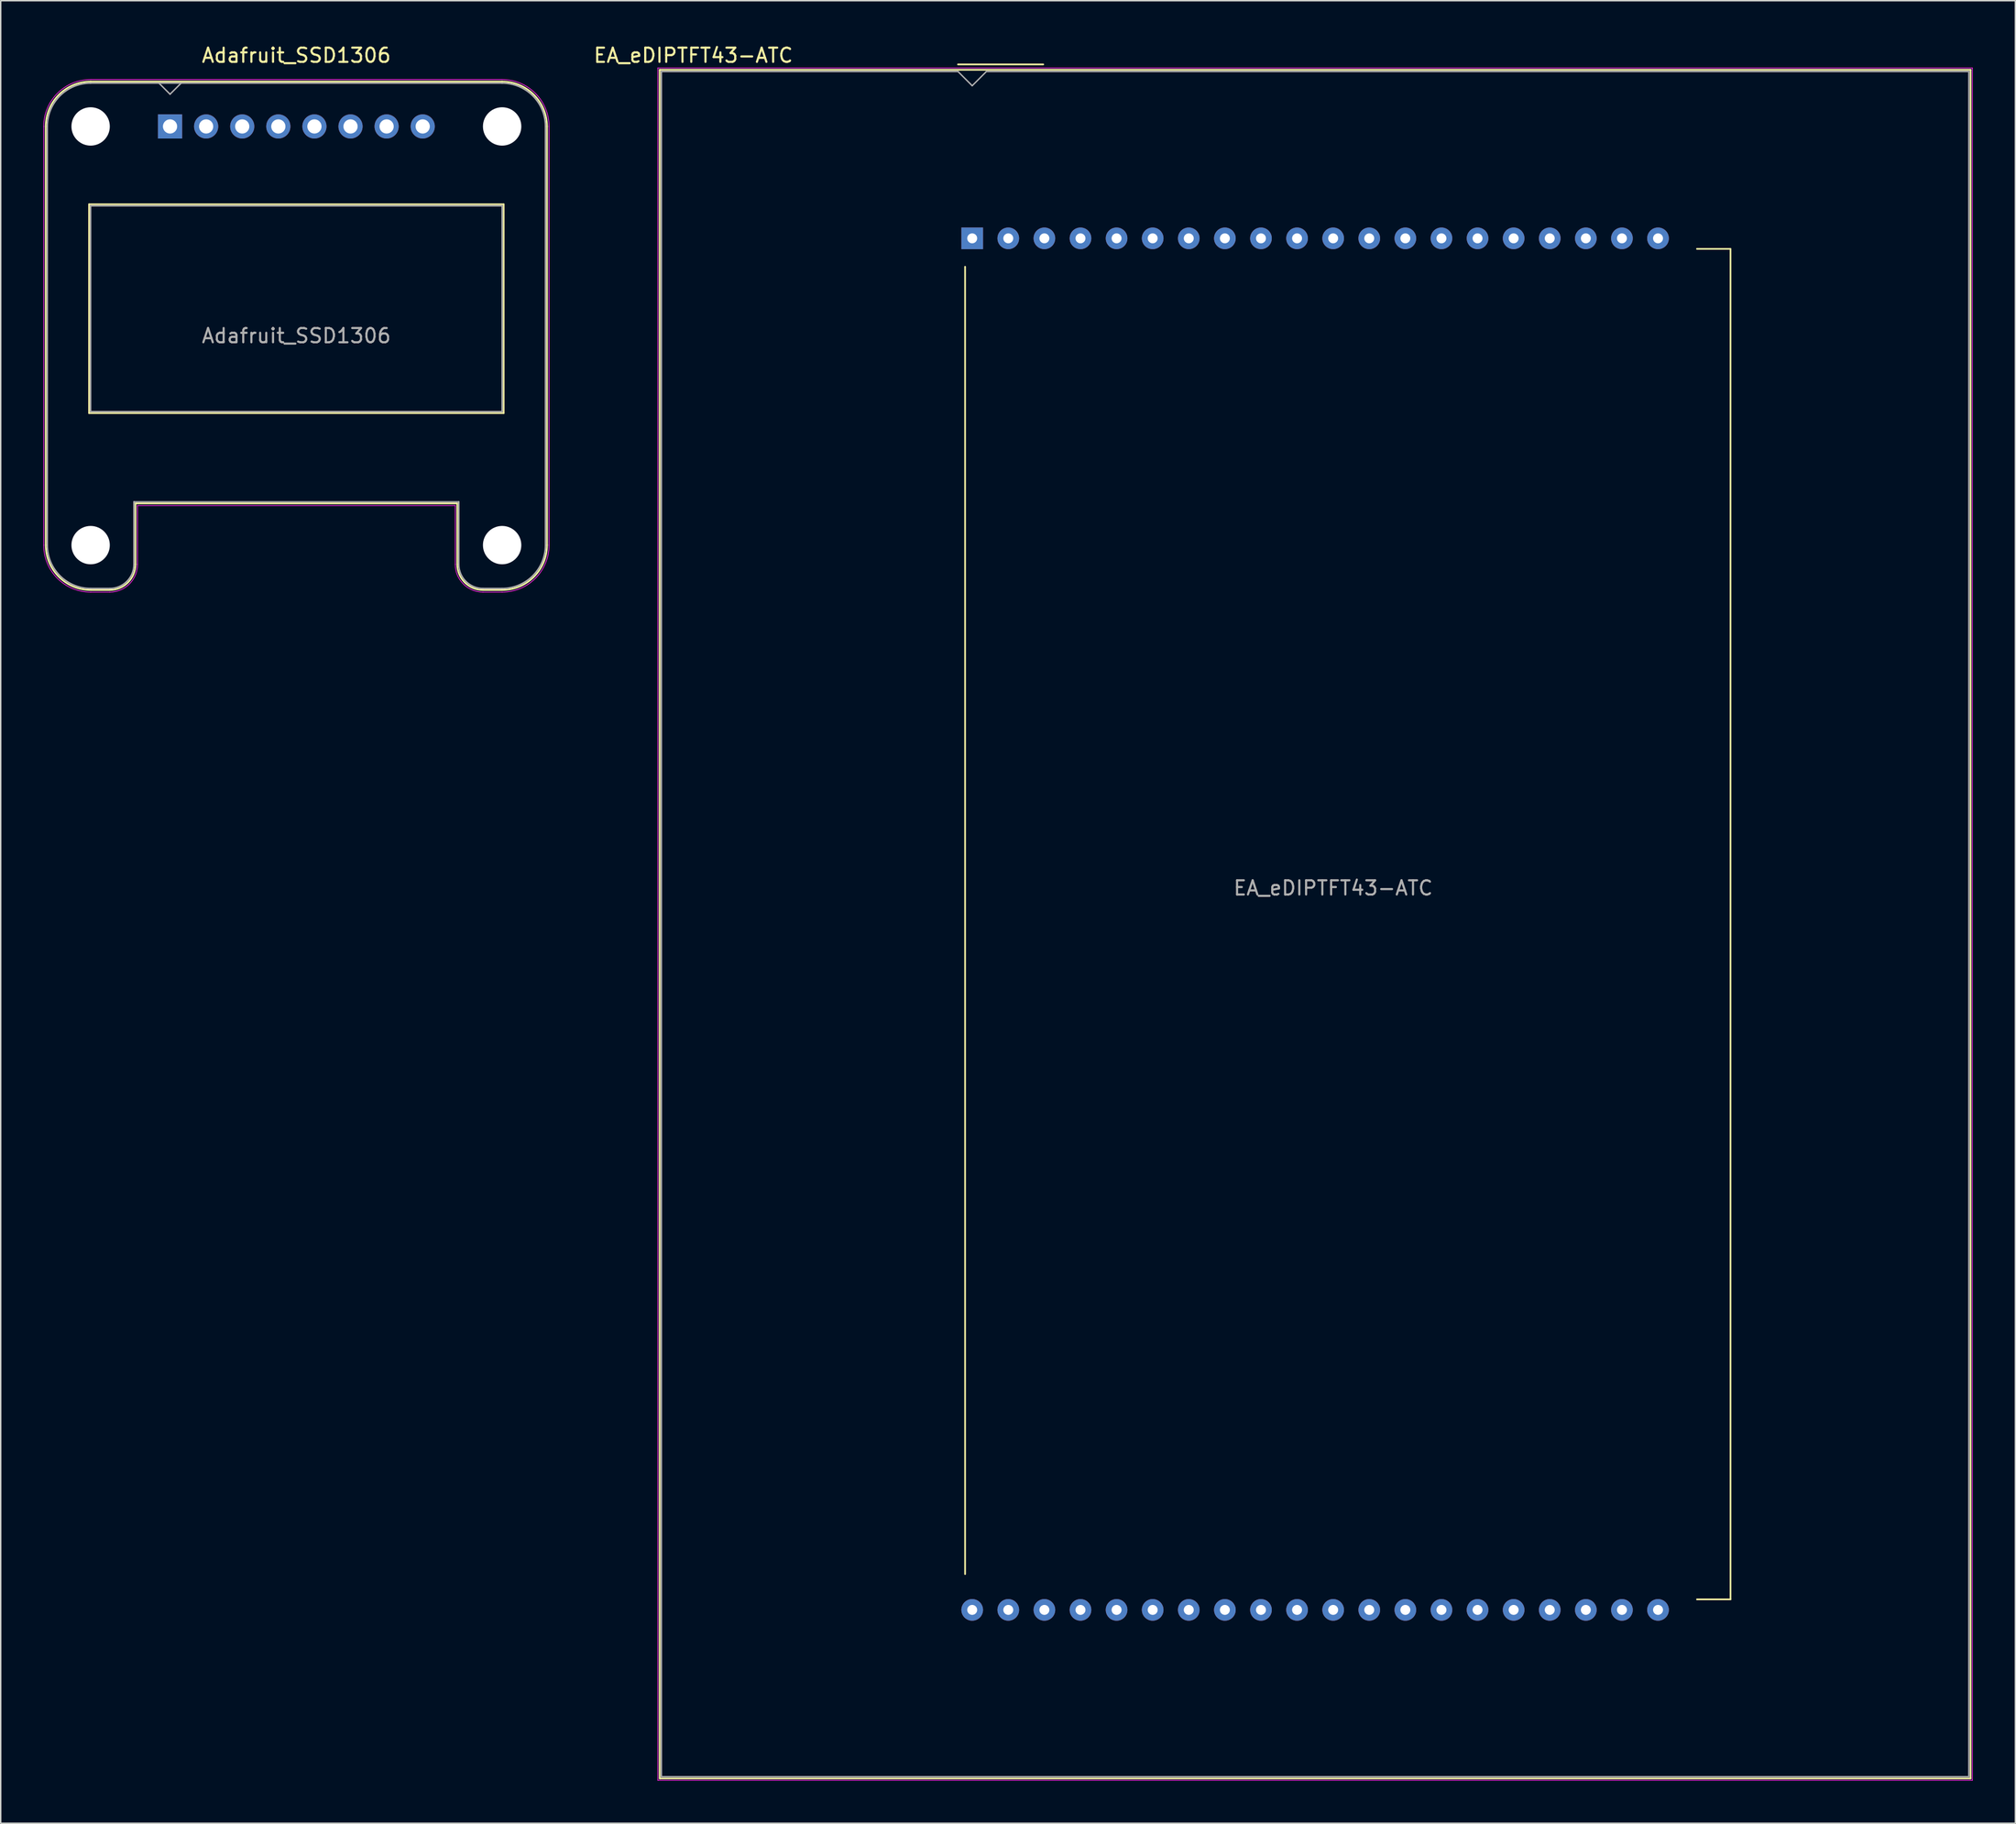
<source format=kicad_pcb>
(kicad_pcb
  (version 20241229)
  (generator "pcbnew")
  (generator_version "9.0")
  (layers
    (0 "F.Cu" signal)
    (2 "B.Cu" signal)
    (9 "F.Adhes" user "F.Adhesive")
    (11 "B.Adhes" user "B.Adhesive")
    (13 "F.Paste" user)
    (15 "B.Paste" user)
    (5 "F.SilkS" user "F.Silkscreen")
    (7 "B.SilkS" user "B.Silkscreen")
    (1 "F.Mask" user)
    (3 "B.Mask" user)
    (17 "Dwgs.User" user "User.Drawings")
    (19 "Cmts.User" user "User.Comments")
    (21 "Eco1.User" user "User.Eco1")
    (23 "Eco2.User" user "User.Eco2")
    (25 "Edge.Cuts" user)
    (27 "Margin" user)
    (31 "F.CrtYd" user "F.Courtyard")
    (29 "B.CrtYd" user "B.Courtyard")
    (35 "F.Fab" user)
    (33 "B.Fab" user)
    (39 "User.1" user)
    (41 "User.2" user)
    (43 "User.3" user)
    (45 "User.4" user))
  (footprint "EA_eDIPTFT43-ATC"
    (layer "F.Cu")
    (at 65.36 13.723)
    (property "Reference" "EA_eDIPTFT43-ATC" (at -19.625 -12.875 0) (layer "F.SilkS") (effects (font (size 1 1) (thickness 0.15))))
    (attr through_hole)
    (fp_line (start -21.99 -11.86) (end 70.25 -11.86) (stroke (width 0.12) (type solid)) (layer "F.SilkS"))
    (fp_line (start -21.99 108.38) (end -21.99 -11.86) (stroke (width 0.12) (type solid)) (layer "F.SilkS"))
    (fp_line (start -1 -12.24) (end 5 -12.24) (stroke (width 0.12) (type solid)) (layer "F.SilkS"))
    (fp_line (start -0.5 94) (end -0.5 2) (stroke (width 0.12) (type solid)) (layer "F.SilkS"))
    (fp_line (start 53.35 0.74) (end 51 0.74) (stroke (width 0.12) (type solid)) (layer "F.SilkS"))
    (fp_line (start 53.36 0.74) (end 53.36 95.78) (stroke (width 0.12) (type solid)) (layer "F.SilkS"))
    (fp_line (start 53.36 95.78) (end 51 95.78) (stroke (width 0.12) (type solid)) (layer "F.SilkS"))
    (fp_line (start 70.25 -11.86) (end 70.25 108.38) (stroke (width 0.12) (type solid)) (layer "F.SilkS"))
    (fp_line (start 70.25 108.38) (end -21.99 108.38) (stroke (width 0.12) (type solid)) (layer "F.SilkS"))
    (fp_line (start -22.12 -11.99) (end 70.38 -11.99) (stroke (width 0.05) (type solid)) (layer "F.CrtYd"))
    (fp_line (start -22.12 108.51) (end -22.12 -11.99) (stroke (width 0.05) (type solid)) (layer "F.CrtYd"))
    (fp_line (start 70.38 -11.99) (end 70.38 108.51) (stroke (width 0.05) (type solid)) (layer "F.CrtYd"))
    (fp_line (start 70.38 108.51) (end -22.12 108.51) (stroke (width 0.05) (type solid)) (layer "F.CrtYd"))
    (fp_line (start -21.87 -11.74) (end -1 -11.74) (stroke (width 0.1) (type solid)) (layer "F.Fab"))
    (fp_line (start -21.87 108.26) (end -21.87 -11.74) (stroke (width 0.1) (type solid)) (layer "F.Fab"))
    (fp_line (start -1 -11.74) (end 0 -10.74) (stroke (width 0.1) (type solid)) (layer "F.Fab"))
    (fp_line (start 0 -10.74) (end 1 -11.74) (stroke (width 0.1) (type solid)) (layer "F.Fab"))
    (fp_line (start 1 -11.74) (end 70.13 -11.74) (stroke (width 0.1) (type solid)) (layer "F.Fab"))
    (fp_line (start 70.13 -11.74) (end 70.13 108.26) (stroke (width 0.1) (type solid)) (layer "F.Fab"))
    (fp_line (start 70.13 108.26) (end -21.87 108.26) (stroke (width 0.1) (type solid)) (layer "F.Fab"))
    (fp_text user "${REFERENCE}" (at 25.4 45.72 0) (layer "F.Fab") (effects (font (size 1 1) (thickness 0.15))))
    (pad "1" thru_hole rect (at 0 0) (size 1.524 1.524) (drill 0.7) (layers "*.Cu" "*.Mask"))
    (pad "2" thru_hole circle (at 2.54 0) (size 1.524 1.524) (drill 0.7) (layers "*.Cu" "*.Mask"))
    (pad "3" thru_hole circle (at 5.08 0) (size 1.524 1.524) (drill 0.7) (layers "*.Cu" "*.Mask"))
    (pad "4" thru_hole circle (at 7.62 0) (size 1.524 1.524) (drill 0.7) (layers "*.Cu" "*.Mask"))
    (pad "5" thru_hole circle (at 10.16 0) (size 1.524 1.524) (drill 0.7) (layers "*.Cu" "*.Mask"))
    (pad "6" thru_hole circle (at 12.7 0) (size 1.524 1.524) (drill 0.7) (layers "*.Cu" "*.Mask"))
    (pad "7" thru_hole circle (at 15.24 0) (size 1.524 1.524) (drill 0.7) (layers "*.Cu" "*.Mask"))
    (pad "8" thru_hole circle (at 17.78 0) (size 1.524 1.524) (drill 0.7) (layers "*.Cu" "*.Mask"))
    (pad "9" thru_hole circle (at 20.32 0) (size 1.524 1.524) (drill 0.7) (layers "*.Cu" "*.Mask"))
    (pad "10" thru_hole circle (at 22.86 0) (size 1.524 1.524) (drill 0.7) (layers "*.Cu" "*.Mask"))
    (pad "11" thru_hole circle (at 25.4 0) (size 1.524 1.524) (drill 0.7) (layers "*.Cu" "*.Mask"))
    (pad "12" thru_hole circle (at 27.94 0) (size 1.524 1.524) (drill 0.7) (layers "*.Cu" "*.Mask"))
    (pad "13" thru_hole circle (at 30.48 0) (size 1.524 1.524) (drill 0.7) (layers "*.Cu" "*.Mask"))
    (pad "14" thru_hole circle (at 33.02 0) (size 1.524 1.524) (drill 0.7) (layers "*.Cu" "*.Mask"))
    (pad "15" thru_hole circle (at 35.56 0) (size 1.524 1.524) (drill 0.7) (layers "*.Cu" "*.Mask"))
    (pad "16" thru_hole circle (at 38.1 0) (size 1.524 1.524) (drill 0.7) (layers "*.Cu" "*.Mask"))
    (pad "17" thru_hole circle (at 40.64 0) (size 1.524 1.524) (drill 0.7) (layers "*.Cu" "*.Mask"))
    (pad "18" thru_hole circle (at 43.18 0) (size 1.524 1.524) (drill 0.7) (layers "*.Cu" "*.Mask"))
    (pad "19" thru_hole circle (at 45.72 0) (size 1.524 1.524) (drill 0.7) (layers "*.Cu" "*.Mask"))
    (pad "20" thru_hole circle (at 48.26 0) (size 1.524 1.524) (drill 0.7) (layers "*.Cu" "*.Mask"))
    (pad "21" thru_hole circle (at 48.26 96.52) (size 1.524 1.524) (drill 0.7) (layers "*.Cu" "*.Mask"))
    (pad "22" thru_hole circle (at 45.72 96.52) (size 1.524 1.524) (drill 0.7) (layers "*.Cu" "*.Mask"))
    (pad "23" thru_hole circle (at 43.18 96.52) (size 1.524 1.524) (drill 0.7) (layers "*.Cu" "*.Mask"))
    (pad "24" thru_hole circle (at 40.64 96.52) (size 1.524 1.524) (drill 0.7) (layers "*.Cu" "*.Mask"))
    (pad "25" thru_hole circle (at 38.1 96.52) (size 1.524 1.524) (drill 0.7) (layers "*.Cu" "*.Mask"))
    (pad "26" thru_hole circle (at 35.56 96.52) (size 1.524 1.524) (drill 0.7) (layers "*.Cu" "*.Mask"))
    (pad "27" thru_hole circle (at 33.02 96.52) (size 1.524 1.524) (drill 0.7) (layers "*.Cu" "*.Mask"))
    (pad "28" thru_hole circle (at 30.48 96.52) (size 1.524 1.524) (drill 0.7) (layers "*.Cu" "*.Mask"))
    (pad "29" thru_hole circle (at 27.94 96.52) (size 1.524 1.524) (drill 0.7) (layers "*.Cu" "*.Mask"))
    (pad "30" thru_hole circle (at 25.4 96.52) (size 1.524 1.524) (drill 0.7) (layers "*.Cu" "*.Mask"))
    (pad "31" thru_hole circle (at 22.86 96.52) (size 1.524 1.524) (drill 0.7) (layers "*.Cu" "*.Mask"))
    (pad "32" thru_hole circle (at 20.32 96.52) (size 1.524 1.524) (drill 0.7) (layers "*.Cu" "*.Mask"))
    (pad "33" thru_hole circle (at 17.78 96.52) (size 1.524 1.524) (drill 0.7) (layers "*.Cu" "*.Mask"))
    (pad "34" thru_hole circle (at 15.24 96.52) (size 1.524 1.524) (drill 0.7) (layers "*.Cu" "*.Mask"))
    (pad "35" thru_hole circle (at 12.7 96.52) (size 1.524 1.524) (drill 0.7) (layers "*.Cu" "*.Mask"))
    (pad "36" thru_hole circle (at 10.16 96.52) (size 1.524 1.524) (drill 0.7) (layers "*.Cu" "*.Mask"))
    (pad "37" thru_hole circle (at 7.62 96.52) (size 1.524 1.524) (drill 0.7) (layers "*.Cu" "*.Mask"))
    (pad "38" thru_hole circle (at 5.08 96.52) (size 1.524 1.524) (drill 0.7) (layers "*.Cu" "*.Mask"))
    (pad "39" thru_hole circle (at 2.54 96.52) (size 1.524 1.524) (drill 0.7) (layers "*.Cu" "*.Mask"))
    (pad "40" thru_hole circle (at 0 96.52) (size 1.524 1.524) (drill 0.7) (layers "*.Cu" "*.Mask")))
  (footprint "Adafruit_SSD1306"
    (layer "F.Cu")
    (at 8.915 5.848)
    (property "Reference" "Adafruit_SSD1306" (at 8.89 -5 0) (layer "F.SilkS") (effects (font (size 1 1) (thickness 0.15))))
    (attr through_hole)
    (fp_line (start -8.746 0) (end -8.746 29.464) (stroke (width 0.12) (type solid)) (layer "F.SilkS"))
    (fp_line (start -5.698 5.478) (end -5.698 20.176) (stroke (width 0.12) (type solid)) (layer "F.SilkS"))
    (fp_line (start -5.698 5.478) (end 23.478 5.478) (stroke (width 0.12) (type solid)) (layer "F.SilkS"))
    (fp_line (start -5.698 20.176) (end 23.478 20.176) (stroke (width 0.12) (type solid)) (layer "F.SilkS"))
    (fp_line (start -4.238 32.622) (end -5.59 32.622) (stroke (width 0.12) (type solid)) (layer "F.SilkS"))
    (fp_line (start -2.43 26.526) (end -2.43 30.814) (stroke (width 0.12) (type solid)) (layer "F.SilkS"))
    (fp_line (start -2.43 26.526) (end 20.21 26.526) (stroke (width 0.12) (type solid)) (layer "F.SilkS"))
    (fp_line (start 20.21 26.526) (end 20.21 30.814) (stroke (width 0.12) (type solid)) (layer "F.SilkS"))
    (fp_line (start 22.018 32.622) (end 23.37 32.622) (stroke (width 0.12) (type solid)) (layer "F.SilkS"))
    (fp_line (start 23.368 -3.158) (end -5.588 -3.158) (stroke (width 0.12) (type solid)) (layer "F.SilkS"))
    (fp_line (start 23.478 5.478) (end 23.478 20.176) (stroke (width 0.12) (type solid)) (layer "F.SilkS"))
    (fp_line (start 26.526 0) (end 26.526 29.464) (stroke (width 0.12) (type solid)) (layer "F.SilkS"))
    (fp_arc (start -8.746 0) (mid -7.821043 -2.233043) (end -5.588 -3.158) (stroke (width 0.12) (type solid)) (layer "F.SilkS"))
    (fp_arc (start -5.588 32.622) (mid -7.821043 31.697043) (end -8.746 29.464) (stroke (width 0.12) (type solid)) (layer "F.SilkS"))
    (fp_arc (start -2.43 30.812) (mid -2.958137 32.091035) (end -4.236 32.622) (stroke (width 0.12) (type solid)) (layer "F.SilkS"))
    (fp_arc (start 22.016 32.622) (mid 20.738137 32.091035) (end 20.21 30.812) (stroke (width 0.12) (type solid)) (layer "F.SilkS"))
    (fp_arc (start 23.368 -3.158) (mid 25.601043 -2.233043) (end 26.526 0) (stroke (width 0.12) (type solid)) (layer "F.SilkS"))
    (fp_arc (start 26.526 29.464) (mid 25.601043 31.697043) (end 23.368 32.622) (stroke (width 0.12) (type solid)) (layer "F.SilkS"))
    (fp_line (start -8.89 0) (end -8.89 29.47) (stroke (width 0.05) (type solid)) (layer "F.CrtYd"))
    (fp_line (start -4.24 32.77) (end -5.59 32.77) (stroke (width 0.05) (type solid)) (layer "F.CrtYd"))
    (fp_line (start -2.29 26.68) (end -2.29 30.82) (stroke (width 0.05) (type solid)) (layer "F.CrtYd"))
    (fp_line (start -2.29 26.68) (end 20.07 26.68) (stroke (width 0.05) (type solid)) (layer "F.CrtYd"))
    (fp_line (start 20.07 26.68) (end 20.07 30.82) (stroke (width 0.05) (type solid)) (layer "F.CrtYd"))
    (fp_line (start 22.02 32.77) (end 23.37 32.77) (stroke (width 0.05) (type solid)) (layer "F.CrtYd"))
    (fp_line (start 23.37 -3.3) (end -5.59 -3.3) (stroke (width 0.05) (type solid)) (layer "F.CrtYd"))
    (fp_line (start 26.67 0) (end 26.67 29.47) (stroke (width 0.05) (type solid)) (layer "F.CrtYd"))
    (fp_arc (start -8.89 0) (mid -7.923452 -2.333452) (end -5.59 -3.3) (stroke (width 0.05) (type solid)) (layer "F.CrtYd"))
    (fp_arc (start -5.59 32.77) (mid -7.923452 31.803452) (end -8.89 29.47) (stroke (width 0.05) (type solid)) (layer "F.CrtYd"))
    (fp_arc (start -2.29 30.82) (mid -2.861142 32.198858) (end -4.24 32.77) (stroke (width 0.05) (type solid)) (layer "F.CrtYd"))
    (fp_arc (start 22.02 32.77) (mid 20.641142 32.198858) (end 20.07 30.82) (stroke (width 0.05) (type solid)) (layer "F.CrtYd"))
    (fp_arc (start 23.37 -3.3) (mid 25.703452 -2.333452) (end 26.67 0) (stroke (width 0.05) (type solid)) (layer "F.CrtYd"))
    (fp_arc (start 26.67 29.47) (mid 25.703452 31.803452) (end 23.37 32.77) (stroke (width 0.05) (type solid)) (layer "F.CrtYd"))
    (fp_line (start -8.636 0) (end -8.636 29.464) (stroke (width 0.1) (type solid)) (layer "F.Fab"))
    (fp_line (start -5.588 5.588) (end -5.588 20.066) (stroke (width 0.1) (type solid)) (layer "F.Fab"))
    (fp_line (start -5.588 5.588) (end 23.368 5.588) (stroke (width 0.1) (type solid)) (layer "F.Fab"))
    (fp_line (start -5.588 20.066) (end 23.368 20.066) (stroke (width 0.1) (type solid)) (layer "F.Fab"))
    (fp_line (start -4.238 32.512) (end -5.59 32.512) (stroke (width 0.1) (type solid)) (layer "F.Fab"))
    (fp_line (start -2.54 26.416) (end -2.54 30.814) (stroke (width 0.1) (type solid)) (layer "F.Fab"))
    (fp_line (start -2.54 26.416) (end 20.32 26.416) (stroke (width 0.1) (type solid)) (layer "F.Fab"))
    (fp_line (start -0.78 -3.048) (end 0 -2.268) (stroke (width 0.1) (type solid)) (layer "F.Fab"))
    (fp_line (start 0 -2.268) (end 0.78 -3.048) (stroke (width 0.1) (type solid)) (layer "F.Fab"))
    (fp_line (start 20.32 26.416) (end 20.32 30.814) (stroke (width 0.1) (type solid)) (layer "F.Fab"))
    (fp_line (start 22.018 32.512) (end 23.37 32.512) (stroke (width 0.1) (type solid)) (layer "F.Fab"))
    (fp_line (start 23.368 -3.048) (end -5.588 -3.048) (stroke (width 0.1) (type solid)) (layer "F.Fab"))
    (fp_line (start 23.368 5.588) (end 23.368 20.066) (stroke (width 0.1) (type solid)) (layer "F.Fab"))
    (fp_line (start 26.416 0) (end 26.416 29.464) (stroke (width 0.1) (type solid)) (layer "F.Fab"))
    (fp_arc (start -8.636 0.002) (mid -7.744676 -2.153847) (end -5.59 -3.048) (stroke (width 0.1) (type solid)) (layer "F.Fab"))
    (fp_arc (start -5.59 32.512) (mid -7.744676 31.617847) (end -8.636 29.462) (stroke (width 0.1) (type solid)) (layer "F.Fab"))
    (fp_arc (start -2.54 30.812) (mid -3.035918 32.013253) (end -4.236 32.512) (stroke (width 0.1) (type solid)) (layer "F.Fab"))
    (fp_arc (start 22.016 32.512) (mid 20.815918 32.013253) (end 20.32 30.812) (stroke (width 0.1) (type solid)) (layer "F.Fab"))
    (fp_arc (start 23.368 -3.048) (mid 25.523261 -2.155261) (end 26.416 0) (stroke (width 0.1) (type solid)) (layer "F.Fab"))
    (fp_arc (start 26.416 29.464) (mid 25.523261 31.619261) (end 23.368 32.512) (stroke (width 0.1) (type solid)) (layer "F.Fab"))
    (fp_text user "${REFERENCE}" (at 8.89 14.732 0) (layer "F.Fab") (effects (font (size 1 1) (thickness 0.15))))
    (pad "" np_thru_hole circle (at -5.588 0) (size 2.7 2.7) (drill 2.7) (layers "*.Cu" "*.Mask"))
    (pad "" np_thru_hole circle (at -5.588 29.464) (size 2.7 2.7) (drill 2.7) (layers "*.Cu" "*.Mask"))
    (pad "" np_thru_hole circle (at 23.368 0) (size 2.7 2.7) (drill 2.7) (layers "*.Cu" "*.Mask"))
    (pad "" np_thru_hole circle (at 23.368 29.464) (size 2.7 2.7) (drill 2.7) (layers "*.Cu" "*.Mask"))
    (pad "1" thru_hole rect (at 0 0) (size 1.7 1.7) (drill 1) (layers "*.Cu" "*.Mask"))
    (pad "2" thru_hole circle (at 2.54 0) (size 1.7 1.7) (drill 1) (layers "*.Cu" "*.Mask"))
    (pad "3" thru_hole circle (at 5.08 0) (size 1.7 1.7) (drill 1) (layers "*.Cu" "*.Mask"))
    (pad "4" thru_hole circle (at 7.62 0) (size 1.7 1.7) (drill 1) (layers "*.Cu" "*.Mask"))
    (pad "5" thru_hole circle (at 10.16 0) (size 1.7 1.7) (drill 1) (layers "*.Cu" "*.Mask"))
    (pad "6" thru_hole circle (at 12.7 0) (size 1.7 1.7) (drill 1) (layers "*.Cu" "*.Mask"))
    (pad "7" thru_hole circle (at 15.24 0) (size 1.7 1.7) (drill 1) (layers "*.Cu" "*.Mask"))
    (pad "8" thru_hole circle (at 17.78 0) (size 1.7 1.7) (drill 1) (layers "*.Cu" "*.Mask")))
  (gr_rect
    (start -3 -3)
    (end 138.765 125.258)
    (stroke (width 0.1) (type default))
    (fill no)
    (layer "Edge.Cuts")))
</source>
